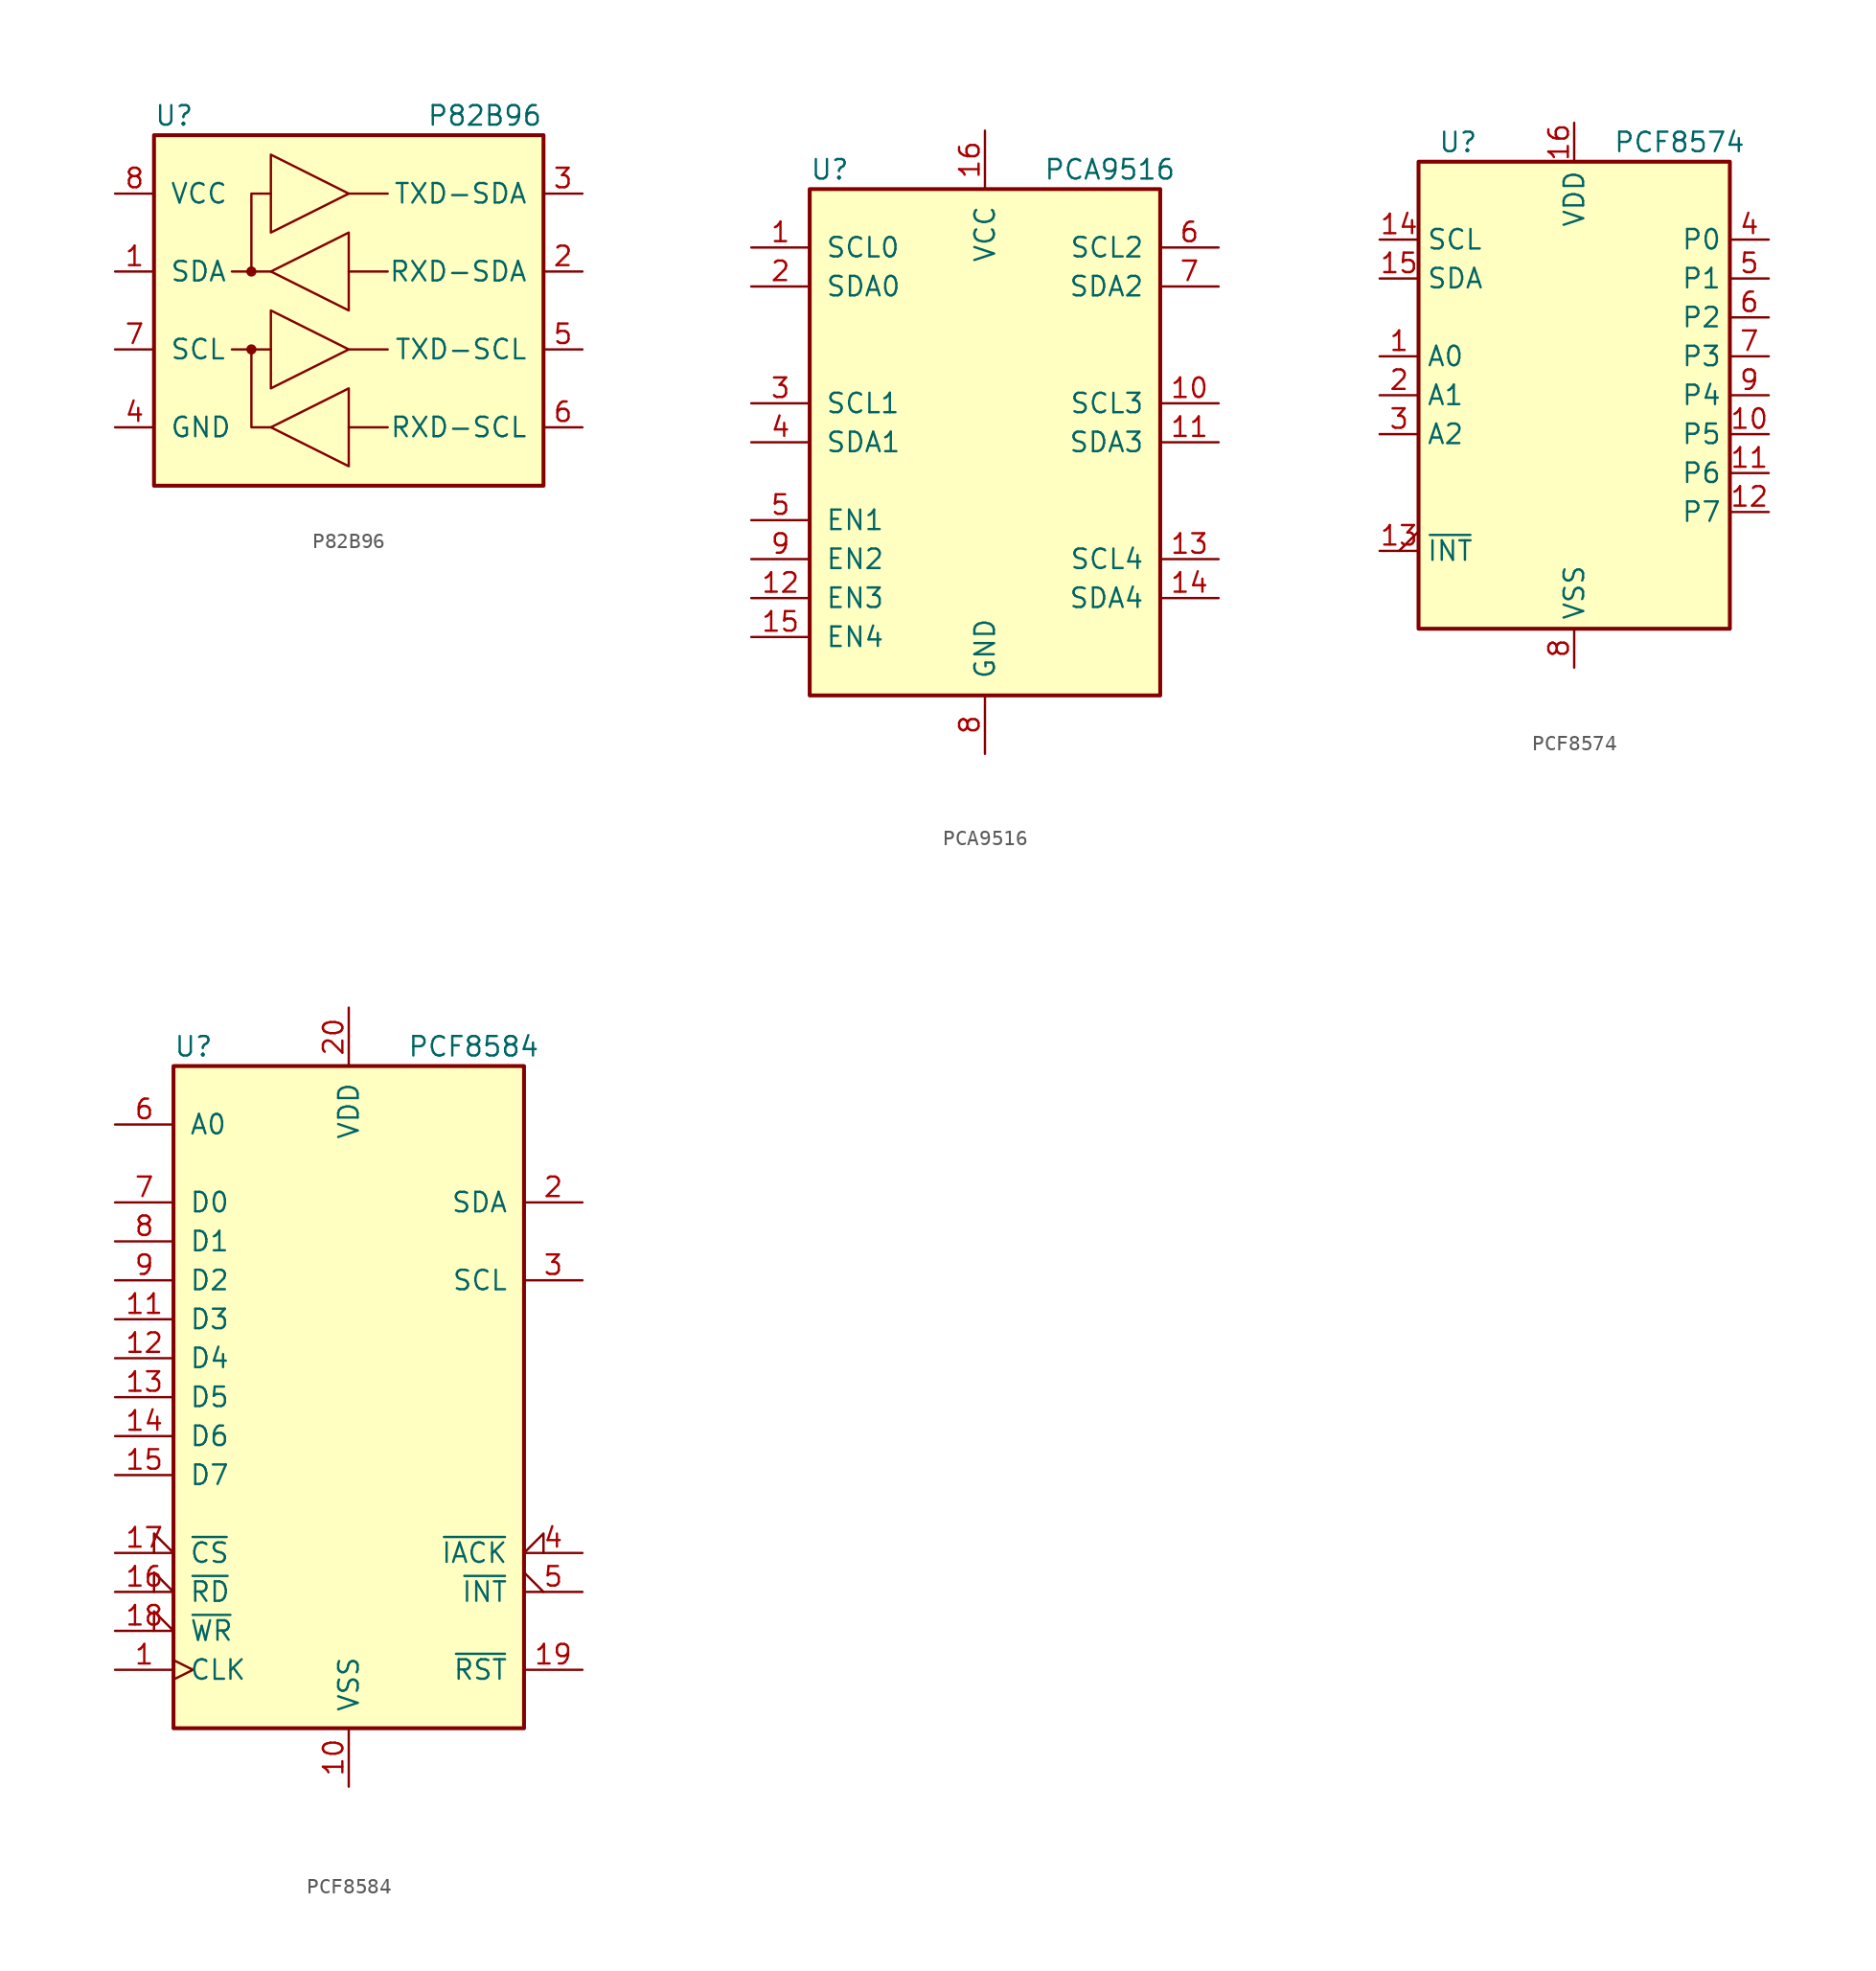
<source format=kicad_sym>
(kicad_symbol_lib
  (version 20200908)
  (generator kicad_symbol_editor)
  (symbol "Interface_Expansion:P82B96"
    (pin_names
      (offset 1.016))
    (property "Reference" "U"
      (at -12.7 12.7 0)
      (effects (font (size 1.27 1.27)) (justify left)))
    (property "Value" "P82B96"
      (at 5.08 12.7 0)
      (effects (font (size 1.27 1.27)) (justify left)))
    (symbol "P82B96_0_1"
      (circle (center -6.35 -2.54) (radius 0.127) (stroke (width 0)) (fill (type none)))
      (circle (center -6.35 -2.54) (radius 0.254) (stroke (width 0)) (fill (type none)))
      (circle (center -6.35 2.54) (radius 0.127) (stroke (width 0)) (fill (type none)))
      (circle (center -6.35 2.54) (radius 0.254) (stroke (width 0)) (fill (type none)))
      (rectangle (start -12.7 11.43) (end 12.7 -11.43) (stroke (width 0.254)) (fill (type background)))
      (polyline (pts (xy -5.08 -2.54) (xy -7.62 -2.54)) (stroke (width 0)) (fill (type none)))
      (polyline (pts (xy 0 -7.62) (xy 2.54 -7.62)) (stroke (width 0)) (fill (type none)))
      (polyline (pts (xy 0 -2.54) (xy 2.54 -2.54)) (stroke (width 0)) (fill (type none)))
      (polyline (pts (xy -5.08 -7.62) (xy -6.35 -7.62) (xy -6.35 -2.54)) (stroke (width 0)) (fill (type none)))
      (polyline (pts (xy -5.08 2.54) (xy -7.62 2.54) (xy -7.62 2.54)) (stroke (width 0)) (fill (type none)))
      (polyline (pts (xy 0 7.62) (xy 2.54 7.62) (xy 2.54 7.62)) (stroke (width 0)) (fill (type none)))
      (polyline (pts (xy 2.54 2.54) (xy 0 2.54) (xy 0 2.54)) (stroke (width 0)) (fill (type none)))
      (polyline (pts (xy -6.35 2.54) (xy -6.35 7.62) (xy -5.08 7.62) (xy -5.08 7.62)) (stroke (width 0)) (fill (type none)))
      (polyline (pts (xy -5.08 0) (xy -5.08 -5.08) (xy 0 -2.54) (xy -5.08 0) (xy -5.08 0)) (stroke (width 0)) (fill (type none)))
      (polyline (pts (xy -5.08 10.16) (xy -5.08 5.08) (xy 0 7.62) (xy -5.08 10.16) (xy -5.08 10.16)) (stroke (width 0)) (fill (type none)))
      (polyline (pts (xy 0 -5.08) (xy -5.08 -7.62) (xy 0 -10.16) (xy 0 -5.08) (xy 0 -5.08)) (stroke (width 0)) (fill (type none)))
      (polyline (pts (xy 0 5.08) (xy -5.08 2.54) (xy 0 0) (xy 0 5.08) (xy 0 5.08)) (stroke (width 0)) (fill (type none))))
    (symbol "P82B96_1_1"
      (pin bidirectional line (at -15.24 2.54 0) (length 2.54) (name "SDA" (effects (font (size 1.27 1.27)))) (number "1" (effects (font (size 1.27 1.27)))))
      (pin input line (at 15.24 2.54 180) (length 2.54) (name "RXD-SDA" (effects (font (size 1.27 1.27)))) (number "2" (effects (font (size 1.27 1.27)))))
      (pin output line (at 15.24 7.62 180) (length 2.54) (name "TXD-SDA" (effects (font (size 1.27 1.27)))) (number "3" (effects (font (size 1.27 1.27)))))
      (pin power_in line (at -15.24 -7.62 0) (length 2.54) (name "GND" (effects (font (size 1.27 1.27)))) (number "4" (effects (font (size 1.27 1.27)))))
      (pin output line (at 15.24 -2.54 180) (length 2.54) (name "TXD-SCL" (effects (font (size 1.27 1.27)))) (number "5" (effects (font (size 1.27 1.27)))))
      (pin input line (at 15.24 -7.62 180) (length 2.54) (name "RXD-SCL" (effects (font (size 1.27 1.27)))) (number "6" (effects (font (size 1.27 1.27)))))
      (pin bidirectional line (at -15.24 -2.54 0) (length 2.54) (name "SCL" (effects (font (size 1.27 1.27)))) (number "7" (effects (font (size 1.27 1.27)))))
      (pin power_in line (at -15.24 7.62 0) (length 2.54) (name "VCC" (effects (font (size 1.27 1.27)))) (number "8" (effects (font (size 1.27 1.27)))))))
  (symbol "Interface_Expansion:PCA9516"
    (pin_names
      (offset 1.016))
    (property "Reference" "U"
      (at -11.43 17.78 0)
      (effects (font (size 1.27 1.27)) (justify left)))
    (property "Value" "PCA9516"
      (at 3.81 17.78 0)
      (effects (font (size 1.27 1.27)) (justify left)))
    (symbol "PCA9516_0_1"
      (rectangle (start -11.43 16.51) (end 11.43 -16.51) (stroke (width 0.254)) (fill (type background))))
    (symbol "PCA9516_1_1"
      (pin bidirectional line (at -15.24 12.7 0) (length 3.81) (name "SCL0" (effects (font (size 1.27 1.27)))) (number "1" (effects (font (size 1.27 1.27)))))
      (pin bidirectional line (at 15.24 2.54 180) (length 3.81) (name "SCL3" (effects (font (size 1.27 1.27)))) (number "10" (effects (font (size 1.27 1.27)))))
      (pin bidirectional line (at 15.24 0 180) (length 3.81) (name "SDA3" (effects (font (size 1.27 1.27)))) (number "11" (effects (font (size 1.27 1.27)))))
      (pin input line (at -15.24 -10.16 0) (length 3.81) (name "EN3" (effects (font (size 1.27 1.27)))) (number "12" (effects (font (size 1.27 1.27)))))
      (pin bidirectional line (at 15.24 -7.62 180) (length 3.81) (name "SCL4" (effects (font (size 1.27 1.27)))) (number "13" (effects (font (size 1.27 1.27)))))
      (pin bidirectional line (at 15.24 -10.16 180) (length 3.81) (name "SDA4" (effects (font (size 1.27 1.27)))) (number "14" (effects (font (size 1.27 1.27)))))
      (pin input line (at -15.24 -12.7 0) (length 3.81) (name "EN4" (effects (font (size 1.27 1.27)))) (number "15" (effects (font (size 1.27 1.27)))))
      (pin power_in line (at 0 20.32 270) (length 3.81) (name "VCC" (effects (font (size 1.27 1.27)))) (number "16" (effects (font (size 1.27 1.27)))))
      (pin bidirectional line (at -15.24 10.16 0) (length 3.81) (name "SDA0" (effects (font (size 1.27 1.27)))) (number "2" (effects (font (size 1.27 1.27)))))
      (pin bidirectional line (at -15.24 2.54 0) (length 3.81) (name "SCL1" (effects (font (size 1.27 1.27)))) (number "3" (effects (font (size 1.27 1.27)))))
      (pin bidirectional line (at -15.24 0 0) (length 3.81) (name "SDA1" (effects (font (size 1.27 1.27)))) (number "4" (effects (font (size 1.27 1.27)))))
      (pin input line (at -15.24 -5.08 0) (length 3.81) (name "EN1" (effects (font (size 1.27 1.27)))) (number "5" (effects (font (size 1.27 1.27)))))
      (pin bidirectional line (at 15.24 12.7 180) (length 3.81) (name "SCL2" (effects (font (size 1.27 1.27)))) (number "6" (effects (font (size 1.27 1.27)))))
      (pin bidirectional line (at 15.24 10.16 180) (length 3.81) (name "SDA2" (effects (font (size 1.27 1.27)))) (number "7" (effects (font (size 1.27 1.27)))))
      (pin power_in line (at 0 -20.32 90) (length 3.81) (name "GND" (effects (font (size 1.27 1.27)))) (number "8" (effects (font (size 1.27 1.27)))))
      (pin input line (at -15.24 -7.62 0) (length 3.81) (name "EN2" (effects (font (size 1.27 1.27)))) (number "9" (effects (font (size 1.27 1.27)))))))
  (symbol "Interface_Expansion:PCF8574"
    (property "Reference" "U"
      (at -8.89 16.51 0)
      (effects (font (size 1.27 1.27)) (justify left)))
    (property "Value" "PCF8574"
      (at 2.54 16.51 0)
      (effects (font (size 1.27 1.27)) (justify left)))
    (symbol "PCF8574_0_1"
      (rectangle (start -10.16 15.24) (end 10.16 -15.24) (stroke (width 0.254)) (fill (type background))))
    (symbol "PCF8574_1_1"
      (pin input line (at -12.7 2.54 0) (length 2.54) (name "A0" (effects (font (size 1.27 1.27)))) (number "1" (effects (font (size 1.27 1.27)))))
      (pin bidirectional line (at 12.7 -2.54 180) (length 2.54) (name "P5" (effects (font (size 1.27 1.27)))) (number "10" (effects (font (size 1.27 1.27)))))
      (pin bidirectional line (at 12.7 -5.08 180) (length 2.54) (name "P6" (effects (font (size 1.27 1.27)))) (number "11" (effects (font (size 1.27 1.27)))))
      (pin bidirectional line (at 12.7 -7.62 180) (length 2.54) (name "P7" (effects (font (size 1.27 1.27)))) (number "12" (effects (font (size 1.27 1.27)))))
      (pin open_collector output_low (at -12.7 -10.16 0) (length 2.54) (name "~INT~" (effects (font (size 1.27 1.27)))) (number "13" (effects (font (size 1.27 1.27)))))
      (pin input line (at -12.7 10.16 0) (length 2.54) (name "SCL" (effects (font (size 1.27 1.27)))) (number "14" (effects (font (size 1.27 1.27)))))
      (pin bidirectional line (at -12.7 7.62 0) (length 2.54) (name "SDA" (effects (font (size 1.27 1.27)))) (number "15" (effects (font (size 1.27 1.27)))))
      (pin power_in line (at 0 17.78 270) (length 2.54) (name "VDD" (effects (font (size 1.27 1.27)))) (number "16" (effects (font (size 1.27 1.27)))))
      (pin input line (at -12.7 0 0) (length 2.54) (name "A1" (effects (font (size 1.27 1.27)))) (number "2" (effects (font (size 1.27 1.27)))))
      (pin input line (at -12.7 -2.54 0) (length 2.54) (name "A2" (effects (font (size 1.27 1.27)))) (number "3" (effects (font (size 1.27 1.27)))))
      (pin bidirectional line (at 12.7 10.16 180) (length 2.54) (name "P0" (effects (font (size 1.27 1.27)))) (number "4" (effects (font (size 1.27 1.27)))))
      (pin bidirectional line (at 12.7 7.62 180) (length 2.54) (name "P1" (effects (font (size 1.27 1.27)))) (number "5" (effects (font (size 1.27 1.27)))))
      (pin bidirectional line (at 12.7 5.08 180) (length 2.54) (name "P2" (effects (font (size 1.27 1.27)))) (number "6" (effects (font (size 1.27 1.27)))))
      (pin bidirectional line (at 12.7 2.54 180) (length 2.54) (name "P3" (effects (font (size 1.27 1.27)))) (number "7" (effects (font (size 1.27 1.27)))))
      (pin power_in line (at 0 -17.78 90) (length 2.54) (name "VSS" (effects (font (size 1.27 1.27)))) (number "8" (effects (font (size 1.27 1.27)))))
      (pin bidirectional line (at 12.7 0 180) (length 2.54) (name "P4" (effects (font (size 1.27 1.27)))) (number "9" (effects (font (size 1.27 1.27)))))))
  (symbol "Interface_Expansion:PCF8584"
    (pin_names
      (offset 1.016))
    (property "Reference" "U"
      (at -11.43 22.86 0)
      (effects (font (size 1.27 1.27)) (justify left)))
    (property "Value" "PCF8584"
      (at 3.81 22.86 0)
      (effects (font (size 1.27 1.27)) (justify left)))
    (symbol "PCF8584_0_1"
      (rectangle (start -11.43 -21.59) (end 11.43 21.59) (stroke (width 0.254)) (fill (type background))))
    (symbol "PCF8584_1_1"
      (pin input clock (at -15.24 -17.78 0) (length 3.81) (name "CLK" (effects (font (size 1.27 1.27)))) (number "1" (effects (font (size 1.27 1.27)))))
      (pin power_in line (at 0 -25.4 90) (length 3.81) (name "VSS" (effects (font (size 1.27 1.27)))) (number "10" (effects (font (size 1.27 1.27)))))
      (pin tri_state line (at -15.24 5.08 0) (length 3.81) (name "D3" (effects (font (size 1.27 1.27)))) (number "11" (effects (font (size 1.27 1.27)))))
      (pin tri_state line (at -15.24 2.54 0) (length 3.81) (name "D4" (effects (font (size 1.27 1.27)))) (number "12" (effects (font (size 1.27 1.27)))))
      (pin tri_state line (at -15.24 0 0) (length 3.81) (name "D5" (effects (font (size 1.27 1.27)))) (number "13" (effects (font (size 1.27 1.27)))))
      (pin tri_state line (at -15.24 -2.54 0) (length 3.81) (name "D6" (effects (font (size 1.27 1.27)))) (number "14" (effects (font (size 1.27 1.27)))))
      (pin tri_state line (at -15.24 -5.08 0) (length 3.81) (name "D7" (effects (font (size 1.27 1.27)))) (number "15" (effects (font (size 1.27 1.27)))))
      (pin passive input_low (at -15.24 -12.7 0) (length 3.81) (name "~RD~" (effects (font (size 1.27 1.27)))) (number "16" (effects (font (size 1.27 1.27)))))
      (pin input input_low (at -15.24 -10.16 0) (length 3.81) (name "~CS~" (effects (font (size 1.27 1.27)))) (number "17" (effects (font (size 1.27 1.27)))))
      (pin input input_low (at -15.24 -15.24 0) (length 3.81) (name "~WR~" (effects (font (size 1.27 1.27)))) (number "18" (effects (font (size 1.27 1.27)))))
      (pin bidirectional line (at 15.24 -17.78 180) (length 3.81) (name "~RST~" (effects (font (size 1.27 1.27)))) (number "19" (effects (font (size 1.27 1.27)))))
      (pin bidirectional line (at 15.24 12.7 180) (length 3.81) (name "SDA" (effects (font (size 1.27 1.27)))) (number "2" (effects (font (size 1.27 1.27)))))
      (pin power_in line (at 0 25.4 270) (length 3.81) (name "VDD" (effects (font (size 1.27 1.27)))) (number "20" (effects (font (size 1.27 1.27)))))
      (pin bidirectional line (at 15.24 7.62 180) (length 3.81) (name "SCL" (effects (font (size 1.27 1.27)))) (number "3" (effects (font (size 1.27 1.27)))))
      (pin input input_low (at 15.24 -10.16 180) (length 3.81) (name "~IACK~" (effects (font (size 1.27 1.27)))) (number "4" (effects (font (size 1.27 1.27)))))
      (pin output output_low (at 15.24 -12.7 180) (length 3.81) (name "~INT~" (effects (font (size 1.27 1.27)))) (number "5" (effects (font (size 1.27 1.27)))))
      (pin input line (at -15.24 17.78 0) (length 3.81) (name "A0" (effects (font (size 1.27 1.27)))) (number "6" (effects (font (size 1.27 1.27)))))
      (pin tri_state line (at -15.24 12.7 0) (length 3.81) (name "D0" (effects (font (size 1.27 1.27)))) (number "7" (effects (font (size 1.27 1.27)))))
      (pin tri_state line (at -15.24 10.16 0) (length 3.81) (name "D1" (effects (font (size 1.27 1.27)))) (number "8" (effects (font (size 1.27 1.27)))))
      (pin tri_state line (at -15.24 7.62 0) (length 3.81) (name "D2" (effects (font (size 1.27 1.27)))) (number "9" (effects (font (size 1.27 1.27))))))))
</source>
